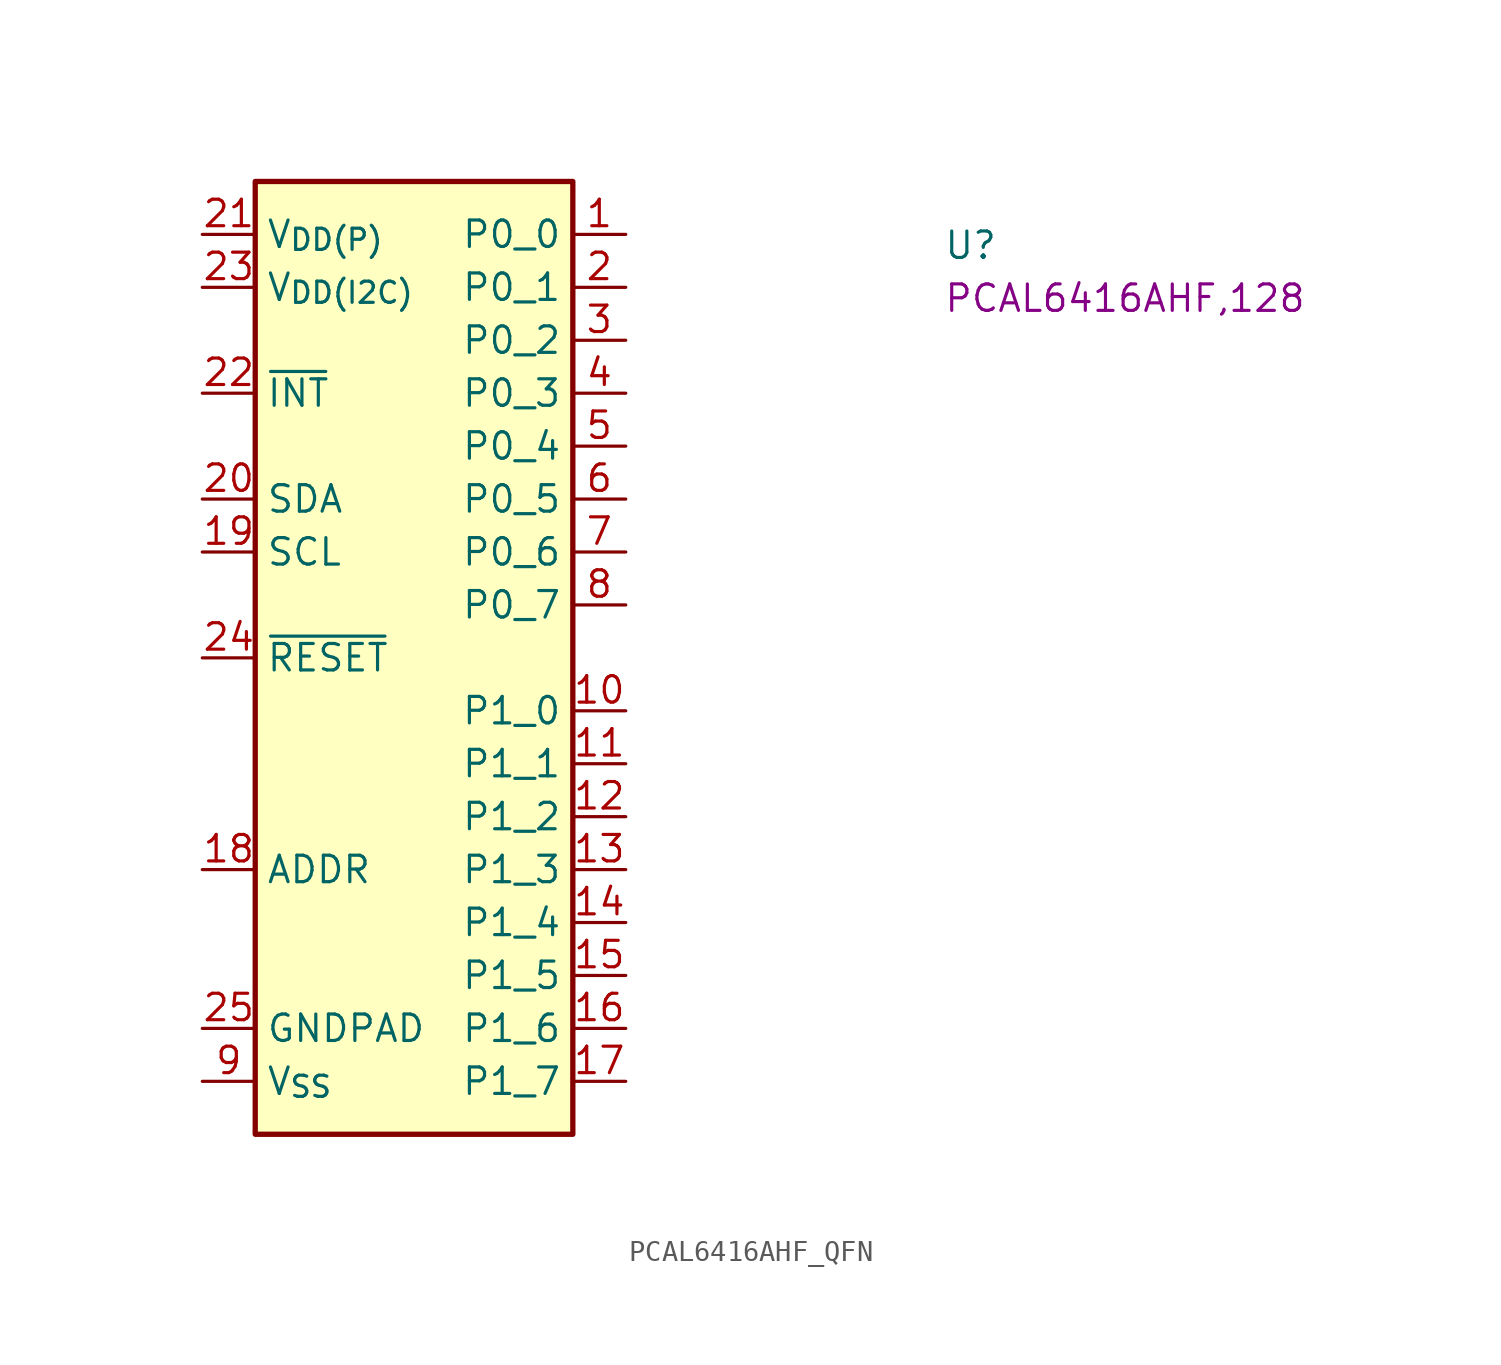
<source format=kicad_sym>
(kicad_symbol_lib
  (version 20220914)
  (generator kicad_symbol_editor)
  (symbol "PCAL6416AHF_QFN"
    (property "Reference" "U"
      (at 35.56 -1.27 0)
      (effects (font (size 1.27 1.27) (thickness 0.15)) (justify left bottom)))
    (property "MPN" "PCAL6416AHF,128"
      (at 35.56 -3.81 0)
      (effects (font (size 1.27 1.27) (thickness 0.15)) (justify left bottom)))
    (symbol "PCAL6416AHF_QFN_1_1"
      (rectangle (start 2.54 2.54) (end 17.78 -43.18) (stroke (width 0.254) (type default)) (fill (type background)))
      (pin bidirectional line (at 20.32 0 180) (length 2.54) (name "P0_0" (effects (font (size 1.27 1.27)))) (number "1" (effects (font (size 1.27 1.27)))))
      (pin bidirectional line (at 20.32 -22.86 180) (length 2.54) (name "P1_0" (effects (font (size 1.27 1.27)))) (number "10" (effects (font (size 1.27 1.27)))))
      (pin bidirectional line (at 20.32 -25.4 180) (length 2.54) (name "P1_1" (effects (font (size 1.27 1.27)))) (number "11" (effects (font (size 1.27 1.27)))))
      (pin bidirectional line (at 20.32 -27.94 180) (length 2.54) (name "P1_2" (effects (font (size 1.27 1.27)))) (number "12" (effects (font (size 1.27 1.27)))))
      (pin bidirectional line (at 20.32 -30.48 180) (length 2.54) (name "P1_3" (effects (font (size 1.27 1.27)))) (number "13" (effects (font (size 1.27 1.27)))))
      (pin bidirectional line (at 20.32 -33.02 180) (length 2.54) (name "P1_4" (effects (font (size 1.27 1.27)))) (number "14" (effects (font (size 1.27 1.27)))))
      (pin bidirectional line (at 20.32 -35.56 180) (length 2.54) (name "P1_5" (effects (font (size 1.27 1.27)))) (number "15" (effects (font (size 1.27 1.27)))))
      (pin bidirectional line (at 20.32 -38.1 180) (length 2.54) (name "P1_6" (effects (font (size 1.27 1.27)))) (number "16" (effects (font (size 1.27 1.27)))))
      (pin bidirectional line (at 20.32 -40.64 180) (length 2.54) (name "P1_7" (effects (font (size 1.27 1.27)))) (number "17" (effects (font (size 1.27 1.27)))))
      (pin input line (at 0 -30.48 0) (length 2.54) (name "ADDR" (effects (font (size 1.27 1.27)))) (number "18" (effects (font (size 1.27 1.27)))))
      (pin input line (at 0 -15.24 0) (length 2.54) (name "SCL" (effects (font (size 1.27 1.27)))) (number "19" (effects (font (size 1.27 1.27)))))
      (pin bidirectional line (at 20.32 -2.54 180) (length 2.54) (name "P0_1" (effects (font (size 1.27 1.27)))) (number "2" (effects (font (size 1.27 1.27)))))
      (pin bidirectional line (at 0 -12.7 0) (length 2.54) (name "SDA" (effects (font (size 1.27 1.27)))) (number "20" (effects (font (size 1.27 1.27)))))
      (pin power_in line (at 0 0 0) (length 2.54) (name "V_{DD(P)}" (effects (font (size 1.27 1.27)))) (number "21" (effects (font (size 1.27 1.27)))))
      (pin output line (at 0 -7.62 0) (length 2.54) (name "~{INT}" (effects (font (size 1.27 1.27)))) (number "22" (effects (font (size 1.27 1.27)))))
      (pin power_in line (at 0 -2.54 0) (length 2.54) (name "V_{DD(I2C)}" (effects (font (size 1.27 1.27)))) (number "23" (effects (font (size 1.27 1.27)))))
      (pin input line (at 0 -20.32 0) (length 2.54) (name "~{RESET}" (effects (font (size 1.27 1.27)))) (number "24" (effects (font (size 1.27 1.27)))))
      (pin passive line (at 0 -38.1 0) (length 2.54) (name "GNDPAD" (effects (font (size 1.27 1.27)))) (number "25" (effects (font (size 1.27 1.27)))))
      (pin bidirectional line (at 20.32 -5.08 180) (length 2.54) (name "P0_2" (effects (font (size 1.27 1.27)))) (number "3" (effects (font (size 1.27 1.27)))))
      (pin bidirectional line (at 20.32 -7.62 180) (length 2.54) (name "P0_3" (effects (font (size 1.27 1.27)))) (number "4" (effects (font (size 1.27 1.27)))))
      (pin bidirectional line (at 20.32 -10.16 180) (length 2.54) (name "P0_4" (effects (font (size 1.27 1.27)))) (number "5" (effects (font (size 1.27 1.27)))))
      (pin bidirectional line (at 20.32 -12.7 180) (length 2.54) (name "P0_5" (effects (font (size 1.27 1.27)))) (number "6" (effects (font (size 1.27 1.27)))))
      (pin bidirectional line (at 20.32 -15.24 180) (length 2.54) (name "P0_6" (effects (font (size 1.27 1.27)))) (number "7" (effects (font (size 1.27 1.27)))))
      (pin bidirectional line (at 20.32 -17.78 180) (length 2.54) (name "P0_7" (effects (font (size 1.27 1.27)))) (number "8" (effects (font (size 1.27 1.27)))))
      (pin power_in line (at 0 -40.64 0) (length 2.54) (name "V_{SS}" (effects (font (size 1.27 1.27)))) (number "9" (effects (font (size 1.27 1.27))))))))
</source>
